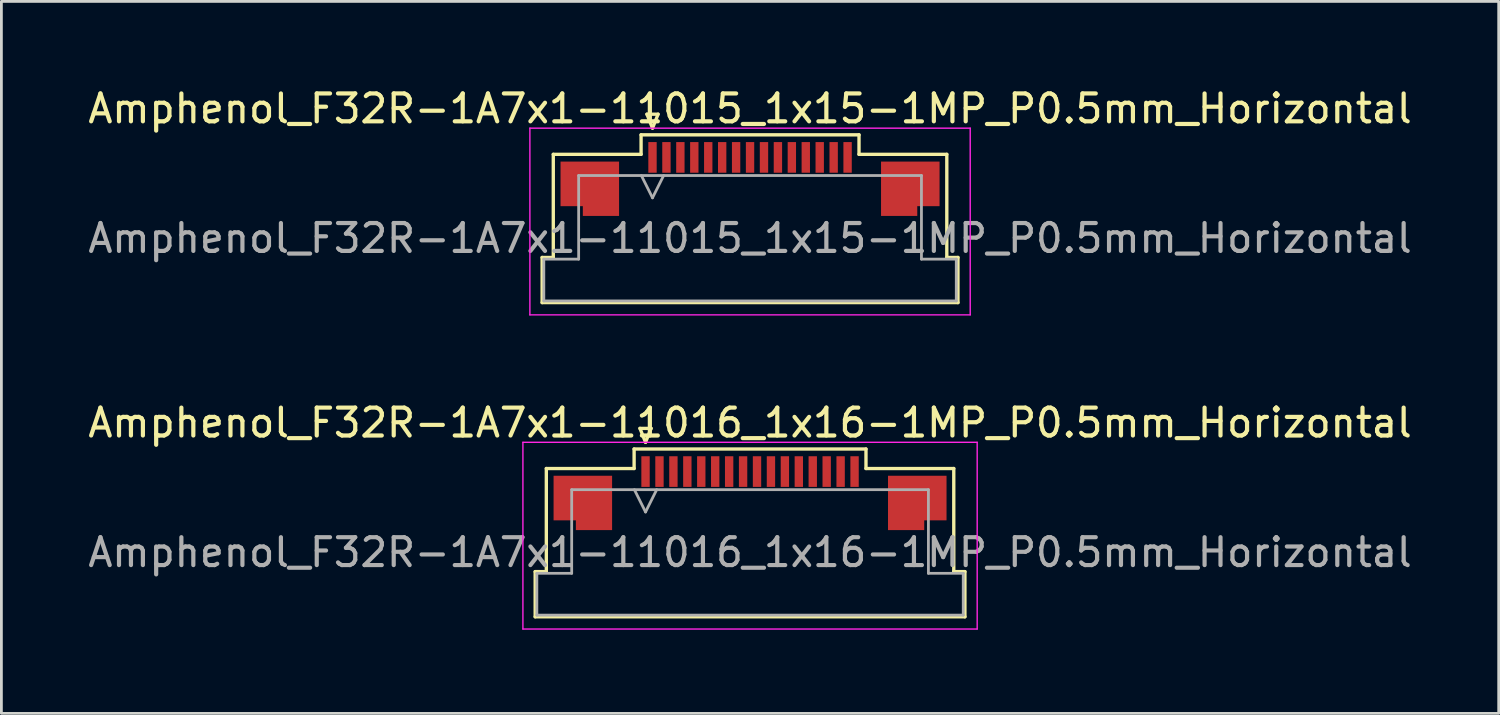
<source format=kicad_pcb>
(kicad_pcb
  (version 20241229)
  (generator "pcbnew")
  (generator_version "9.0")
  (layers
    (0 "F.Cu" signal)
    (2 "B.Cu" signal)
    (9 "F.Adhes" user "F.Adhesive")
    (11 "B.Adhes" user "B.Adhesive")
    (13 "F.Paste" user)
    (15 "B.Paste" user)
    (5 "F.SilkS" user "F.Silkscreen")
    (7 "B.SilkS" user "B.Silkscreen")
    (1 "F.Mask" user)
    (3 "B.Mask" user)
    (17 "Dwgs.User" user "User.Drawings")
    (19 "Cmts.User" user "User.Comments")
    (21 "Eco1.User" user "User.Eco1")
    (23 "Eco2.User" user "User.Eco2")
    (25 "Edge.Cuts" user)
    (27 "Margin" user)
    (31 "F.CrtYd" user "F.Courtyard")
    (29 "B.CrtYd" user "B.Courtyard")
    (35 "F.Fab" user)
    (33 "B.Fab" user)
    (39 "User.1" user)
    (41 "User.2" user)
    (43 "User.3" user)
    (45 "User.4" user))
  (footprint "Amphenol_F32R-1A7x1-11016_1x16-1MP_P0.5mm_Horizontal"
    (layer "F.Cu")
    (at 23.863 16.771)
    (property "Reference" "Amphenol_F32R-1A7x1-11016_1x16-1MP_P0.5mm_Horizontal" (at 0 -4.65 0) (layer "F.SilkS") (effects (font (size 1 1) (thickness 0.15))))
    (attr smd)
    (fp_line (start -7.71 0.69) (end -7.31 0.69) (stroke (width 0.12) (type solid)) (layer "F.SilkS"))
    (fp_line (start -7.71 2.31) (end -7.71 0.69) (stroke (width 0.12) (type solid)) (layer "F.SilkS"))
    (fp_line (start -7.31 -3.01) (end -4.16 -3.01) (stroke (width 0.12) (type solid)) (layer "F.SilkS"))
    (fp_line (start -7.31 0.69) (end -7.31 -3.01) (stroke (width 0.12) (type solid)) (layer "F.SilkS"))
    (fp_line (start -4.16 -3.71) (end 4.16 -3.71) (stroke (width 0.12) (type solid)) (layer "F.SilkS"))
    (fp_line (start -4.16 -3.01) (end -4.16 -3.71) (stroke (width 0.12) (type solid)) (layer "F.SilkS"))
    (fp_line (start -3.95 -4.45) (end -3.75 -3.95) (stroke (width 0.12) (type solid)) (layer "F.SilkS"))
    (fp_line (start -3.75 -3.95) (end -3.55 -4.45) (stroke (width 0.12) (type solid)) (layer "F.SilkS"))
    (fp_line (start -3.55 -4.45) (end -3.95 -4.45) (stroke (width 0.12) (type solid)) (layer "F.SilkS"))
    (fp_line (start 4.16 -3.71) (end 4.16 -3.01) (stroke (width 0.12) (type solid)) (layer "F.SilkS"))
    (fp_line (start 4.16 -3.01) (end 7.31 -3.01) (stroke (width 0.12) (type solid)) (layer "F.SilkS"))
    (fp_line (start 7.31 -3.01) (end 7.31 0.69) (stroke (width 0.12) (type solid)) (layer "F.SilkS"))
    (fp_line (start 7.31 0.69) (end 7.71 0.69) (stroke (width 0.12) (type solid)) (layer "F.SilkS"))
    (fp_line (start 7.71 0.69) (end 7.71 2.31) (stroke (width 0.12) (type solid)) (layer "F.SilkS"))
    (fp_line (start 7.71 2.31) (end -7.71 2.31) (stroke (width 0.12) (type solid)) (layer "F.SilkS"))
    (fp_line (start -8.15 -3.95) (end -8.15 2.75) (stroke (width 0.05) (type solid)) (layer "F.CrtYd"))
    (fp_line (start -8.15 2.75) (end 8.15 2.75) (stroke (width 0.05) (type solid)) (layer "F.CrtYd"))
    (fp_line (start 8.15 -3.95) (end -8.15 -3.95) (stroke (width 0.05) (type solid)) (layer "F.CrtYd"))
    (fp_line (start 8.15 2.75) (end 8.15 -3.95) (stroke (width 0.05) (type solid)) (layer "F.CrtYd"))
    (fp_line (start -7.65 0.75) (end -6.4 0.75) (stroke (width 0.1) (type solid)) (layer "F.Fab"))
    (fp_line (start -7.65 2.25) (end -7.65 0.75) (stroke (width 0.1) (type solid)) (layer "F.Fab"))
    (fp_line (start -6.4 -2.25) (end 6.4 -2.25) (stroke (width 0.1) (type solid)) (layer "F.Fab"))
    (fp_line (start -6.4 0.75) (end -6.4 -2.25) (stroke (width 0.1) (type solid)) (layer "F.Fab"))
    (fp_line (start -4.15 -2.25) (end -3.75 -1.45) (stroke (width 0.1) (type solid)) (layer "F.Fab"))
    (fp_line (start -3.75 -1.45) (end -3.35 -2.25) (stroke (width 0.1) (type solid)) (layer "F.Fab"))
    (fp_line (start 6.4 -2.25) (end 6.4 0.75) (stroke (width 0.1) (type solid)) (layer "F.Fab"))
    (fp_line (start 6.4 0.75) (end 7.65 0.75) (stroke (width 0.1) (type solid)) (layer "F.Fab"))
    (fp_line (start 7.65 0.75) (end 7.65 2.25) (stroke (width 0.1) (type solid)) (layer "F.Fab"))
    (fp_line (start 7.65 2.25) (end -7.65 2.25) (stroke (width 0.1) (type solid)) (layer "F.Fab"))
    (fp_text user "${REFERENCE}" (at 0 0 0) (layer "F.Fab") (effects (font (size 1 1) (thickness 0.15))))
    (pad "1" smd rect (at -3.75 -2.9) (size 0.3 1.1) (layers "F.Cu" "F.Mask" "F.Paste"))
    (pad "2" smd rect (at -3.25 -2.9) (size 0.3 1.1) (layers "F.Cu" "F.Mask" "F.Paste"))
    (pad "3" smd rect (at -2.75 -2.9) (size 0.3 1.1) (layers "F.Cu" "F.Mask" "F.Paste"))
    (pad "4" smd rect (at -2.25 -2.9) (size 0.3 1.1) (layers "F.Cu" "F.Mask" "F.Paste"))
    (pad "5" smd rect (at -1.75 -2.9) (size 0.3 1.1) (layers "F.Cu" "F.Mask" "F.Paste"))
    (pad "6" smd rect (at -1.25 -2.9) (size 0.3 1.1) (layers "F.Cu" "F.Mask" "F.Paste"))
    (pad "7" smd rect (at -0.75 -2.9) (size 0.3 1.1) (layers "F.Cu" "F.Mask" "F.Paste"))
    (pad "8" smd rect (at -0.25 -2.9) (size 0.3 1.1) (layers "F.Cu" "F.Mask" "F.Paste"))
    (pad "9" smd rect (at 0.25 -2.9) (size 0.3 1.1) (layers "F.Cu" "F.Mask" "F.Paste"))
    (pad "10" smd rect (at 0.75 -2.9) (size 0.3 1.1) (layers "F.Cu" "F.Mask" "F.Paste"))
    (pad "11" smd rect (at 1.25 -2.9) (size 0.3 1.1) (layers "F.Cu" "F.Mask" "F.Paste"))
    (pad "12" smd rect (at 1.75 -2.9) (size 0.3 1.1) (layers "F.Cu" "F.Mask" "F.Paste"))
    (pad "13" smd rect (at 2.25 -2.9) (size 0.3 1.1) (layers "F.Cu" "F.Mask" "F.Paste"))
    (pad "14" smd rect (at 2.75 -2.9) (size 0.3 1.1) (layers "F.Cu" "F.Mask" "F.Paste"))
    (pad "15" smd rect (at 3.25 -2.9) (size 0.3 1.1) (layers "F.Cu" "F.Mask" "F.Paste"))
    (pad "16" smd rect (at 3.75 -2.9) (size 0.3 1.1) (layers "F.Cu" "F.Mask" "F.Paste"))
    (pad "MP" smd custom (at -6 -1.775) (size 1 1) (layers "F.Cu" "F.Mask" "F.Paste") (options (anchor circle)) (primitives (gr_poly (pts (xy 1.05 -0.975) (xy 1.05 0.975) (xy -0.25 0.975) (xy -0.25 0.625) (xy -1.05 0.625) (xy -1.05 -0.975) (xy 1.05 -0.975)) (width 0) (fill yes))))
    (pad "MP" smd custom (at 6 -1.775) (size 1 1) (layers "F.Cu" "F.Mask" "F.Paste") (options (anchor circle)) (primitives (gr_poly (pts (xy -1.05 -0.975) (xy -1.05 0.975) (xy 0.25 0.975) (xy 0.25 0.625) (xy 1.05 0.625) (xy 1.05 -0.975) (xy -1.05 -0.975)) (width 0) (fill yes)))))
  (footprint "Amphenol_F32R-1A7x1-11015_1x15-1MP_P0.5mm_Horizontal"
    (layer "F.Cu")
    (at 23.863 5.498)
    (property "Reference" "Amphenol_F32R-1A7x1-11015_1x15-1MP_P0.5mm_Horizontal" (at 0 -4.65 0) (layer "F.SilkS") (effects (font (size 1 1) (thickness 0.15))))
    (attr smd)
    (fp_line (start -7.46 0.69) (end -7.06 0.69) (stroke (width 0.12) (type solid)) (layer "F.SilkS"))
    (fp_line (start -7.46 2.31) (end -7.46 0.69) (stroke (width 0.12) (type solid)) (layer "F.SilkS"))
    (fp_line (start -7.06 -3.01) (end -3.91 -3.01) (stroke (width 0.12) (type solid)) (layer "F.SilkS"))
    (fp_line (start -7.06 0.69) (end -7.06 -3.01) (stroke (width 0.12) (type solid)) (layer "F.SilkS"))
    (fp_line (start -3.91 -3.71) (end 3.91 -3.71) (stroke (width 0.12) (type solid)) (layer "F.SilkS"))
    (fp_line (start -3.91 -3.01) (end -3.91 -3.71) (stroke (width 0.12) (type solid)) (layer "F.SilkS"))
    (fp_line (start -3.7 -4.45) (end -3.5 -3.95) (stroke (width 0.12) (type solid)) (layer "F.SilkS"))
    (fp_line (start -3.5 -3.95) (end -3.3 -4.45) (stroke (width 0.12) (type solid)) (layer "F.SilkS"))
    (fp_line (start -3.3 -4.45) (end -3.7 -4.45) (stroke (width 0.12) (type solid)) (layer "F.SilkS"))
    (fp_line (start 3.91 -3.71) (end 3.91 -3.01) (stroke (width 0.12) (type solid)) (layer "F.SilkS"))
    (fp_line (start 3.91 -3.01) (end 7.06 -3.01) (stroke (width 0.12) (type solid)) (layer "F.SilkS"))
    (fp_line (start 7.06 -3.01) (end 7.06 0.69) (stroke (width 0.12) (type solid)) (layer "F.SilkS"))
    (fp_line (start 7.06 0.69) (end 7.46 0.69) (stroke (width 0.12) (type solid)) (layer "F.SilkS"))
    (fp_line (start 7.46 0.69) (end 7.46 2.31) (stroke (width 0.12) (type solid)) (layer "F.SilkS"))
    (fp_line (start 7.46 2.31) (end -7.46 2.31) (stroke (width 0.12) (type solid)) (layer "F.SilkS"))
    (fp_line (start -7.9 -3.95) (end -7.9 2.75) (stroke (width 0.05) (type solid)) (layer "F.CrtYd"))
    (fp_line (start -7.9 2.75) (end 7.9 2.75) (stroke (width 0.05) (type solid)) (layer "F.CrtYd"))
    (fp_line (start 7.9 -3.95) (end -7.9 -3.95) (stroke (width 0.05) (type solid)) (layer "F.CrtYd"))
    (fp_line (start 7.9 2.75) (end 7.9 -3.95) (stroke (width 0.05) (type solid)) (layer "F.CrtYd"))
    (fp_line (start -7.4 0.75) (end -6.15 0.75) (stroke (width 0.1) (type solid)) (layer "F.Fab"))
    (fp_line (start -7.4 2.25) (end -7.4 0.75) (stroke (width 0.1) (type solid)) (layer "F.Fab"))
    (fp_line (start -6.15 -2.25) (end 6.15 -2.25) (stroke (width 0.1) (type solid)) (layer "F.Fab"))
    (fp_line (start -6.15 0.75) (end -6.15 -2.25) (stroke (width 0.1) (type solid)) (layer "F.Fab"))
    (fp_line (start -3.9 -2.25) (end -3.5 -1.45) (stroke (width 0.1) (type solid)) (layer "F.Fab"))
    (fp_line (start -3.5 -1.45) (end -3.1 -2.25) (stroke (width 0.1) (type solid)) (layer "F.Fab"))
    (fp_line (start 6.15 -2.25) (end 6.15 0.75) (stroke (width 0.1) (type solid)) (layer "F.Fab"))
    (fp_line (start 6.15 0.75) (end 7.4 0.75) (stroke (width 0.1) (type solid)) (layer "F.Fab"))
    (fp_line (start 7.4 0.75) (end 7.4 2.25) (stroke (width 0.1) (type solid)) (layer "F.Fab"))
    (fp_line (start 7.4 2.25) (end -7.4 2.25) (stroke (width 0.1) (type solid)) (layer "F.Fab"))
    (fp_text user "${REFERENCE}" (at 0 0 0) (layer "F.Fab") (effects (font (size 1 1) (thickness 0.15))))
    (pad "1" smd rect (at -3.5 -2.9) (size 0.3 1.1) (layers "F.Cu" "F.Mask" "F.Paste"))
    (pad "2" smd rect (at -3 -2.9) (size 0.3 1.1) (layers "F.Cu" "F.Mask" "F.Paste"))
    (pad "3" smd rect (at -2.5 -2.9) (size 0.3 1.1) (layers "F.Cu" "F.Mask" "F.Paste"))
    (pad "4" smd rect (at -2 -2.9) (size 0.3 1.1) (layers "F.Cu" "F.Mask" "F.Paste"))
    (pad "5" smd rect (at -1.5 -2.9) (size 0.3 1.1) (layers "F.Cu" "F.Mask" "F.Paste"))
    (pad "6" smd rect (at -1 -2.9) (size 0.3 1.1) (layers "F.Cu" "F.Mask" "F.Paste"))
    (pad "7" smd rect (at -0.5 -2.9) (size 0.3 1.1) (layers "F.Cu" "F.Mask" "F.Paste"))
    (pad "8" smd rect (at 0 -2.9) (size 0.3 1.1) (layers "F.Cu" "F.Mask" "F.Paste"))
    (pad "9" smd rect (at 0.5 -2.9) (size 0.3 1.1) (layers "F.Cu" "F.Mask" "F.Paste"))
    (pad "10" smd rect (at 1 -2.9) (size 0.3 1.1) (layers "F.Cu" "F.Mask" "F.Paste"))
    (pad "11" smd rect (at 1.5 -2.9) (size 0.3 1.1) (layers "F.Cu" "F.Mask" "F.Paste"))
    (pad "12" smd rect (at 2 -2.9) (size 0.3 1.1) (layers "F.Cu" "F.Mask" "F.Paste"))
    (pad "13" smd rect (at 2.5 -2.9) (size 0.3 1.1) (layers "F.Cu" "F.Mask" "F.Paste"))
    (pad "14" smd rect (at 3 -2.9) (size 0.3 1.1) (layers "F.Cu" "F.Mask" "F.Paste"))
    (pad "15" smd rect (at 3.5 -2.9) (size 0.3 1.1) (layers "F.Cu" "F.Mask" "F.Paste"))
    (pad "MP" smd custom (at -5.75 -1.775) (size 1 1) (layers "F.Cu" "F.Mask" "F.Paste") (options (anchor circle)) (primitives (gr_poly (pts (xy 1.05 -0.975) (xy 1.05 0.975) (xy -0.25 0.975) (xy -0.25 0.625) (xy -1.05 0.625) (xy -1.05 -0.975) (xy 1.05 -0.975)) (width 0) (fill yes))))
    (pad "MP" smd custom (at 5.75 -1.775) (size 1 1) (layers "F.Cu" "F.Mask" "F.Paste") (options (anchor circle)) (primitives (gr_poly (pts (xy -1.05 -0.975) (xy -1.05 0.975) (xy 0.25 0.975) (xy 0.25 0.625) (xy 1.05 0.625) (xy 1.05 -0.975) (xy -1.05 -0.975)) (width 0) (fill yes)))))
  (gr_rect
    (start -3 -3)
    (end 50.726 22.547)
    (stroke (width 0.1) (type default))
    (fill no)
    (layer "Edge.Cuts")))
</source>
